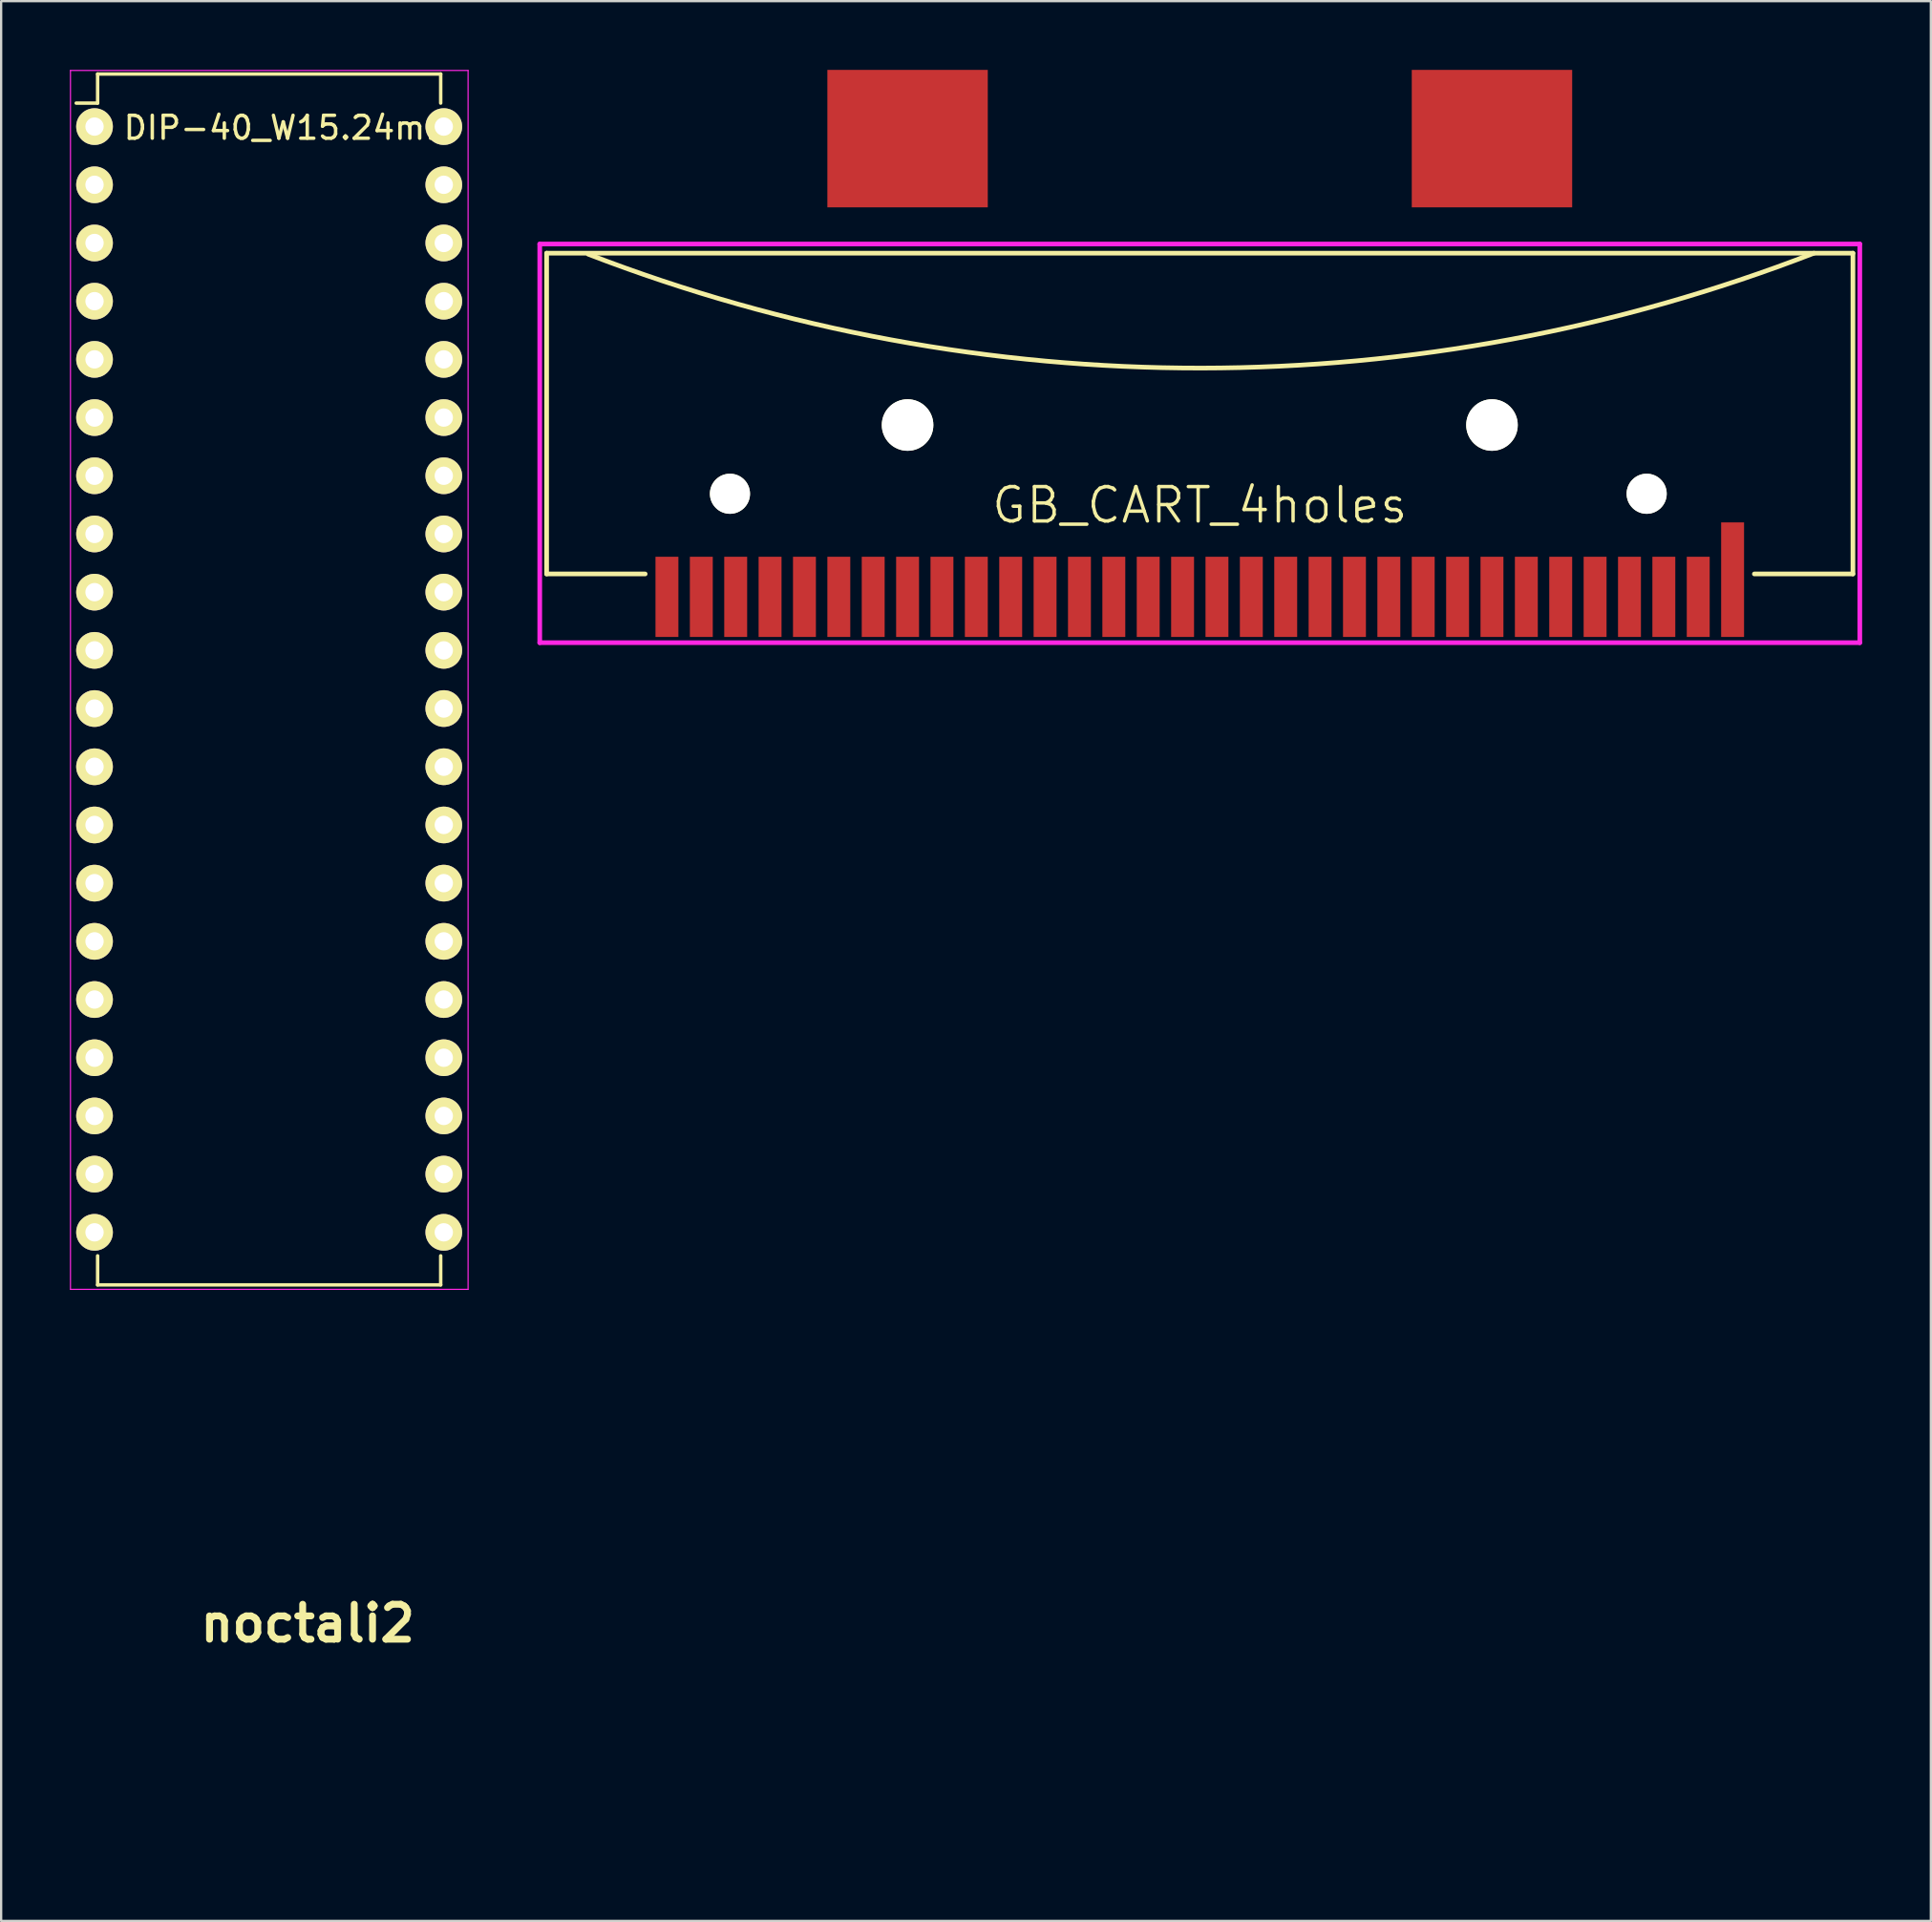
<source format=kicad_pcb>
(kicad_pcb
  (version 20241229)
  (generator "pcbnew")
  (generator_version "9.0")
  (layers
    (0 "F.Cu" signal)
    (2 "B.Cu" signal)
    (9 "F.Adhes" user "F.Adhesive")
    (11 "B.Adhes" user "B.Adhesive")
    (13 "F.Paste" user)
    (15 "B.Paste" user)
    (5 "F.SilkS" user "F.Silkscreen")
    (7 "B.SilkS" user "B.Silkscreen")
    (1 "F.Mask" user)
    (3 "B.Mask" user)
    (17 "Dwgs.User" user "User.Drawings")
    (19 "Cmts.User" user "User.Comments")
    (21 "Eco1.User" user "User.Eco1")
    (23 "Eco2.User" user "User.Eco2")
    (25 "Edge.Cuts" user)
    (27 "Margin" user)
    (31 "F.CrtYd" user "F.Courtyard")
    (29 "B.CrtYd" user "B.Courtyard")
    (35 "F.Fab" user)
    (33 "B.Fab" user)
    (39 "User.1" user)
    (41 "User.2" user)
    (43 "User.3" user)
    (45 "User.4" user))
  (footprint "GB_CART_4holes"
    (layer "F.Cu")
    (at 49.302 23)
    (property "Reference" "GB_CART_4holes" (at 0 -4 0) (layer "F.SilkS") (effects (font (size 1.5 1.5) (thickness 0.15))))
    (attr through_hole)
    (fp_line (start -28.5 -15) (end 28.5 -15) (stroke (width 0.203) (type solid)) (layer "F.SilkS"))
    (fp_line (start -28.5 -1) (end -28.5 -15) (stroke (width 0.203) (type solid)) (layer "F.SilkS"))
    (fp_line (start -24.2 -1) (end -28.5 -1) (stroke (width 0.203) (type solid)) (layer "F.SilkS"))
    (fp_line (start 28.5 -15) (end 28.5 -1) (stroke (width 0.203) (type solid)) (layer "F.SilkS"))
    (fp_line (start 28.5 -1) (end 24.2 -1) (stroke (width 0.203) (type solid)) (layer "F.SilkS"))
    (fp_arc (start 26.8 -15) (mid 0.062698 -9.984913) (end -26.683051 -14.954756) (stroke (width 0.2032) (type solid)) (layer "F.SilkS"))
    (fp_line (start -28.8 -15.4) (end 28.8 -15.4) (stroke (width 0.203) (type solid)) (layer "F.CrtYd"))
    (fp_line (start -28.8 2) (end -28.8 -15.4) (stroke (width 0.203) (type solid)) (layer "F.CrtYd"))
    (fp_line (start 28.8 -15.4) (end 28.8 2) (stroke (width 0.203) (type solid)) (layer "F.CrtYd"))
    (fp_line (start 28.8 2) (end -28.8 2) (stroke (width 0.203) (type solid)) (layer "F.CrtYd"))
    (pad "" np_thru_hole circle (at -20.5 -4.5) (size 1.75 1.75) (drill 1.75) (layers "*.Cu" "*.Mask" "F.SilkS"))
    (pad "" smd rect (at -12.75 -20) (size 7 6) (layers "F.Cu" "F.Mask" "F.Paste"))
    (pad "" np_thru_hole circle (at -12.75 -7.5) (size 2.25 2.25) (drill 2.25) (layers "*.Cu" "*.Mask" "F.SilkS"))
    (pad "" smd rect (at 12.75 -20) (size 7 6) (layers "F.Cu" "F.Mask" "F.Paste"))
    (pad "" np_thru_hole circle (at 12.75 -7.5) (size 2.25 2.25) (drill 2.25) (layers "*.Cu" "*.Mask" "F.SilkS"))
    (pad "" np_thru_hole circle (at 19.5 -4.5) (size 1.75 1.75) (drill 1.75) (layers "*.Cu" "*.Mask" "F.SilkS"))
    (pad "1" smd rect (at -23.25 0) (size 1 3.5) (layers "F.Cu" "F.Mask" "F.Paste"))
    (pad "2" smd rect (at -21.75 0) (size 1 3.5) (layers "F.Cu" "F.Mask" "F.Paste"))
    (pad "3" smd rect (at -20.25 0) (size 1 3.5) (layers "F.Cu" "F.Mask" "F.Paste"))
    (pad "4" smd rect (at -18.75 0) (size 1 3.5) (layers "F.Cu" "F.Mask" "F.Paste"))
    (pad "5" smd rect (at -17.25 0) (size 1 3.5) (layers "F.Cu" "F.Mask" "F.Paste"))
    (pad "6" smd rect (at -15.75 0) (size 1 3.5) (layers "F.Cu" "F.Mask" "F.Paste"))
    (pad "7" smd rect (at -14.25 0) (size 1 3.5) (layers "F.Cu" "F.Mask" "F.Paste"))
    (pad "8" smd rect (at -12.75 0) (size 1 3.5) (layers "F.Cu" "F.Mask" "F.Paste"))
    (pad "9" smd rect (at -11.25 0) (size 1 3.5) (layers "F.Cu" "F.Mask" "F.Paste"))
    (pad "10" smd rect (at -9.75 0) (size 1 3.5) (layers "F.Cu" "F.Mask" "F.Paste"))
    (pad "11" smd rect (at -8.25 0) (size 1 3.5) (layers "F.Cu" "F.Mask" "F.Paste"))
    (pad "12" smd rect (at -6.75 0) (size 1 3.5) (layers "F.Cu" "F.Mask" "F.Paste"))
    (pad "13" smd rect (at -5.25 0) (size 1 3.5) (layers "F.Cu" "F.Mask" "F.Paste"))
    (pad "14" smd rect (at -3.75 0) (size 1 3.5) (layers "F.Cu" "F.Mask" "F.Paste"))
    (pad "15" smd rect (at -2.25 0) (size 1 3.5) (layers "F.Cu" "F.Mask" "F.Paste"))
    (pad "16" smd rect (at -0.75 0) (size 1 3.5) (layers "F.Cu" "F.Mask" "F.Paste"))
    (pad "17" smd rect (at 0.75 0) (size 1 3.5) (layers "F.Cu" "F.Mask" "F.Paste"))
    (pad "18" smd rect (at 2.25 0) (size 1 3.5) (layers "F.Cu" "F.Mask" "F.Paste"))
    (pad "19" smd rect (at 3.75 0) (size 1 3.5) (layers "F.Cu" "F.Mask" "F.Paste"))
    (pad "20" smd rect (at 5.25 0) (size 1 3.5) (layers "F.Cu" "F.Mask" "F.Paste"))
    (pad "21" smd rect (at 6.75 0) (size 1 3.5) (layers "F.Cu" "F.Mask" "F.Paste"))
    (pad "22" smd rect (at 8.25 0) (size 1 3.5) (layers "F.Cu" "F.Mask" "F.Paste"))
    (pad "23" smd rect (at 9.75 0) (size 1 3.5) (layers "F.Cu" "F.Mask" "F.Paste"))
    (pad "24" smd rect (at 11.25 0) (size 1 3.5) (layers "F.Cu" "F.Mask" "F.Paste"))
    (pad "25" smd rect (at 12.75 0) (size 1 3.5) (layers "F.Cu" "F.Mask" "F.Paste"))
    (pad "26" smd rect (at 14.25 0) (size 1 3.5) (layers "F.Cu" "F.Mask" "F.Paste"))
    (pad "27" smd rect (at 15.75 0) (size 1 3.5) (layers "F.Cu" "F.Mask" "F.Paste"))
    (pad "28" smd rect (at 17.25 0) (size 1 3.5) (layers "F.Cu" "F.Mask" "F.Paste"))
    (pad "29" smd rect (at 18.75 0) (size 1 3.5) (layers "F.Cu" "F.Mask" "F.Paste"))
    (pad "30" smd rect (at 20.25 0) (size 1 3.5) (layers "F.Cu" "F.Mask" "F.Paste"))
    (pad "31" smd rect (at 21.75 0) (size 1 3.5) (layers "F.Cu" "F.Mask" "F.Paste"))
    (pad "32" smd rect (at 23.25 -0.75) (size 1 5) (layers "F.Cu" "F.Mask" "F.Paste")))
  (footprint "noctali2"
    (layer "F.Cu")
    (at 10.375 67.803)
    (property "Reference" "noctali2" (at 0 0 0) (layer "F.SilkS") (effects (font (size 1.524 1.524) (thickness 0.3))))
    (attr through_hole)
    (fp_poly (pts (xy -7.587 -11.488) (xy -7.262 -11.042) (xy -7.22 -10.822) (xy -7.297 -10.178) (xy -7.756 -10.012) (xy -8.628 -9.915) (xy -9.253 -9.781) (xy -9.85 -9.692) (xy -9.941 -10.014) (xy -9.834 -10.412) (xy -9.587 -11.141) (xy -9.279 -11.44) (xy -8.622 -11.535) (xy -8.361 -11.553)) (stroke (width 0) (type solid)) (fill yes) (layer "F.Paste"))
    (fp_poly (pts (xy 9.081 -5.969) (xy 9.363 -5.854) (xy 10.507 -5.188) (xy 10.966 -4.426) (xy 10.814 -3.736) (xy 10.525 -3.431) (xy 10.192 -3.768) (xy 10.187 -3.776) (xy 9.638 -4.161) (xy 8.678 -4.49) (xy 8.278 -4.571) (xy 6.719 -4.832) (xy 7.384 -5.614) (xy 7.863 -6.098) (xy 8.331 -6.204)) (stroke (width 0) (type solid)) (fill yes) (layer "F.Paste"))
    (fp_poly (pts (xy -0.638 -10.085) (xy -0.159 -9.592) (xy 0.159 -9.18) (xy 0.847 -8.118) (xy 1.014 -7.3) (xy 0.688 -6.51) (xy 0.525 -6.282) (xy 0.135 -5.815) (xy 0.01 -5.919) (xy 0 -6.239) (xy -0.247 -6.868) (xy -0.868 -7.686) (xy -1.195 -8.018) (xy -2.39 -9.145) (xy -1.572 -9.762) (xy -1.032 -10.116)) (stroke (width 0) (type solid)) (fill yes) (layer "F.Paste"))
    (fp_poly (pts (xy -1.446 7.204) (xy -1.599 8.086) (xy -2.172 9.074) (xy -2.911 9.785) (xy -3.528 9.987) (xy -3.891 9.659) (xy -3.935 9.329) (xy -3.84 9.012) (xy -3.22 9.012) (xy -3.029 9.301) (xy -2.64 9.143) (xy -2.364 8.736) (xy -2.158 7.963) (xy -2.263 7.67) (xy -2.635 7.952) (xy -2.694 8.028) (xy -3.102 8.675) (xy -3.22 9.012) (xy -3.84 9.012) (xy -3.736 8.667) (xy -3.249 7.869) (xy -2.638 7.139) (xy -2.067 6.678) (xy -1.756 6.638)) (stroke (width 0) (type solid)) (fill yes) (layer "F.Paste"))
    (fp_poly (pts (xy -7.954 -4.747) (xy -7.972 -3.903) (xy -8.509 -2.866) (xy -8.612 -2.731) (xy -9.389 -1.971) (xy -9.985 -1.834) (xy -10.324 -2.315) (xy -10.375 -2.822) (xy -10.345 -2.972) (xy -10.017 -2.972) (xy -9.853 -2.53) (xy -9.475 -2.618) (xy -9.053 -3.161) (xy -8.925 -3.448) (xy -8.733 -4.203) (xy -8.784 -4.61) (xy -9.115 -4.541) (xy -9.552 -4.063) (xy -9.911 -3.422) (xy -10.017 -2.972) (xy -10.345 -2.972) (xy -10.173 -3.846) (xy -9.669 -4.714) (xy -9.014 -5.233) (xy -8.463 -5.258)) (stroke (width 0) (type solid)) (fill yes) (layer "F.Paste"))
    (fp_poly (pts (xy 6.744 5.736) (xy 7.083 5.918) (xy 7.875 6.634) (xy 8.165 7.682) (xy 8.169 7.727) (xy 8.161 8.553) (xy 7.89 8.887) (xy 7.354 8.944) (xy 6.505 8.668) (xy 5.912 7.888) (xy 5.436 6.666) (xy 5.437 6.54) (xy 6.154 6.54) (xy 6.17 6.947) (xy 6.452 7.536) (xy 6.899 8.079) (xy 7.326 8.222) (xy 7.513 7.9) (xy 7.315 7.059) (xy 6.843 6.513) (xy 6.58 6.439) (xy 6.154 6.54) (xy 5.437 6.54) (xy 5.44 5.859) (xy 5.889 5.528)) (stroke (width 0) (type solid)) (fill yes) (layer "F.Paste")))
  (footprint "DIP-40_W15.24mm"
    (layer "F.Cu")
    (at 1.075 2.475)
    (property "Reference" "DIP-40_W15.24mm" (at 8.52 0.052 0) (layer "F.SilkS") (effects (font (size 1 1) (thickness 0.15))))
    (attr through_hole)
    (fp_line (start 0.135 -2.295) (end 0.135 -1.025) (stroke (width 0.15) (type solid)) (layer "F.SilkS"))
    (fp_line (start 0.135 -2.295) (end 15.105 -2.295) (stroke (width 0.15) (type solid)) (layer "F.SilkS"))
    (fp_line (start 0.135 -1.025) (end -0.8 -1.025) (stroke (width 0.15) (type solid)) (layer "F.SilkS"))
    (fp_line (start 0.135 50.555) (end 0.135 49.285) (stroke (width 0.15) (type solid)) (layer "F.SilkS"))
    (fp_line (start 0.135 50.555) (end 15.105 50.555) (stroke (width 0.15) (type solid)) (layer "F.SilkS"))
    (fp_line (start 15.105 -2.295) (end 15.105 -1.025) (stroke (width 0.15) (type solid)) (layer "F.SilkS"))
    (fp_line (start 15.105 50.555) (end 15.105 49.285) (stroke (width 0.15) (type solid)) (layer "F.SilkS"))
    (fp_line (start -1.05 -2.45) (end -1.05 50.75) (stroke (width 0.05) (type solid)) (layer "F.CrtYd"))
    (fp_line (start -1.05 -2.45) (end 16.3 -2.45) (stroke (width 0.05) (type solid)) (layer "F.CrtYd"))
    (fp_line (start -1.05 50.75) (end 16.3 50.75) (stroke (width 0.05) (type solid)) (layer "F.CrtYd"))
    (fp_line (start 16.3 -2.45) (end 16.3 50.75) (stroke (width 0.05) (type solid)) (layer "F.CrtYd"))
    (pad "1" thru_hole oval (at 0 0) (size 1.6 1.6) (drill 0.8) (layers "*.Cu" "*.Mask" "F.SilkS"))
    (pad "2" thru_hole oval (at 0 2.54) (size 1.6 1.6) (drill 0.8) (layers "*.Cu" "*.Mask" "F.SilkS"))
    (pad "3" thru_hole oval (at 0 5.08) (size 1.6 1.6) (drill 0.8) (layers "*.Cu" "*.Mask" "F.SilkS"))
    (pad "4" thru_hole oval (at 0 7.62) (size 1.6 1.6) (drill 0.8) (layers "*.Cu" "*.Mask" "F.SilkS"))
    (pad "5" thru_hole oval (at 0 10.16) (size 1.6 1.6) (drill 0.8) (layers "*.Cu" "*.Mask" "F.SilkS"))
    (pad "6" thru_hole oval (at 0 12.7) (size 1.6 1.6) (drill 0.8) (layers "*.Cu" "*.Mask" "F.SilkS"))
    (pad "7" thru_hole oval (at 0 15.24) (size 1.6 1.6) (drill 0.8) (layers "*.Cu" "*.Mask" "F.SilkS"))
    (pad "8" thru_hole oval (at 0 17.78) (size 1.6 1.6) (drill 0.8) (layers "*.Cu" "*.Mask" "F.SilkS"))
    (pad "9" thru_hole oval (at 0 20.32) (size 1.6 1.6) (drill 0.8) (layers "*.Cu" "*.Mask" "F.SilkS"))
    (pad "10" thru_hole oval (at 0 22.86) (size 1.6 1.6) (drill 0.8) (layers "*.Cu" "*.Mask" "F.SilkS"))
    (pad "11" thru_hole oval (at 0 25.4) (size 1.6 1.6) (drill 0.8) (layers "*.Cu" "*.Mask" "F.SilkS"))
    (pad "12" thru_hole oval (at 0 27.94) (size 1.6 1.6) (drill 0.8) (layers "*.Cu" "*.Mask" "F.SilkS"))
    (pad "13" thru_hole oval (at 0 30.48) (size 1.6 1.6) (drill 0.8) (layers "*.Cu" "*.Mask" "F.SilkS"))
    (pad "14" thru_hole oval (at 0 33.02) (size 1.6 1.6) (drill 0.8) (layers "*.Cu" "*.Mask" "F.SilkS"))
    (pad "15" thru_hole oval (at 0 35.56) (size 1.6 1.6) (drill 0.8) (layers "*.Cu" "*.Mask" "F.SilkS"))
    (pad "16" thru_hole oval (at 0 38.1) (size 1.6 1.6) (drill 0.8) (layers "*.Cu" "*.Mask" "F.SilkS"))
    (pad "17" thru_hole oval (at 0 40.64) (size 1.6 1.6) (drill 0.8) (layers "*.Cu" "*.Mask" "F.SilkS"))
    (pad "18" thru_hole oval (at 0 43.18) (size 1.6 1.6) (drill 0.8) (layers "*.Cu" "*.Mask" "F.SilkS"))
    (pad "19" thru_hole oval (at 0 45.72) (size 1.6 1.6) (drill 0.8) (layers "*.Cu" "*.Mask" "F.SilkS"))
    (pad "20" thru_hole oval (at 0 48.26) (size 1.6 1.6) (drill 0.8) (layers "*.Cu" "*.Mask" "F.SilkS"))
    (pad "21" thru_hole oval (at 15.24 48.26) (size 1.6 1.6) (drill 0.8) (layers "*.Cu" "*.Mask" "F.SilkS"))
    (pad "22" thru_hole oval (at 15.24 45.72) (size 1.6 1.6) (drill 0.8) (layers "*.Cu" "*.Mask" "F.SilkS"))
    (pad "23" thru_hole oval (at 15.24 43.18) (size 1.6 1.6) (drill 0.8) (layers "*.Cu" "*.Mask" "F.SilkS"))
    (pad "24" thru_hole oval (at 15.24 40.64) (size 1.6 1.6) (drill 0.8) (layers "*.Cu" "*.Mask" "F.SilkS"))
    (pad "25" thru_hole oval (at 15.24 38.1) (size 1.6 1.6) (drill 0.8) (layers "*.Cu" "*.Mask" "F.SilkS"))
    (pad "26" thru_hole oval (at 15.24 35.56) (size 1.6 1.6) (drill 0.8) (layers "*.Cu" "*.Mask" "F.SilkS"))
    (pad "27" thru_hole oval (at 15.24 33.02) (size 1.6 1.6) (drill 0.8) (layers "*.Cu" "*.Mask" "F.SilkS"))
    (pad "28" thru_hole oval (at 15.24 30.48) (size 1.6 1.6) (drill 0.8) (layers "*.Cu" "*.Mask" "F.SilkS"))
    (pad "29" thru_hole oval (at 15.24 27.94) (size 1.6 1.6) (drill 0.8) (layers "*.Cu" "*.Mask" "F.SilkS"))
    (pad "30" thru_hole oval (at 15.24 25.4) (size 1.6 1.6) (drill 0.8) (layers "*.Cu" "*.Mask" "F.SilkS"))
    (pad "31" thru_hole oval (at 15.24 22.86) (size 1.6 1.6) (drill 0.8) (layers "*.Cu" "*.Mask" "F.SilkS"))
    (pad "32" thru_hole oval (at 15.24 20.32) (size 1.6 1.6) (drill 0.8) (layers "*.Cu" "*.Mask" "F.SilkS"))
    (pad "33" thru_hole oval (at 15.24 17.78) (size 1.6 1.6) (drill 0.8) (layers "*.Cu" "*.Mask" "F.SilkS"))
    (pad "34" thru_hole oval (at 15.24 15.24) (size 1.6 1.6) (drill 0.8) (layers "*.Cu" "*.Mask" "F.SilkS"))
    (pad "36" thru_hole oval (at 15.24 10.16) (size 1.6 1.6) (drill 0.8) (layers "*.Cu" "*.Mask" "F.SilkS"))
    (pad "37" thru_hole oval (at 15.24 7.62) (size 1.6 1.6) (drill 0.8) (layers "*.Cu" "*.Mask" "F.SilkS"))
    (pad "37" thru_hole oval (at 15.24 12.7) (size 1.6 1.6) (drill 0.8) (layers "*.Cu" "*.Mask" "F.SilkS"))
    (pad "38" thru_hole oval (at 15.24 5.08) (size 1.6 1.6) (drill 0.8) (layers "*.Cu" "*.Mask" "F.SilkS"))
    (pad "39" thru_hole oval (at 15.24 2.54) (size 1.6 1.6) (drill 0.8) (layers "*.Cu" "*.Mask" "F.SilkS"))
    (pad "40" thru_hole oval (at 15.24 0) (size 1.6 1.6) (drill 0.8) (layers "*.Cu" "*.Mask" "F.SilkS")))
  (gr_rect
    (start -3 -3)
    (end 81.203 80.79)
    (stroke (width 0.1) (type default))
    (fill no)
    (layer "Edge.Cuts")))
</source>
